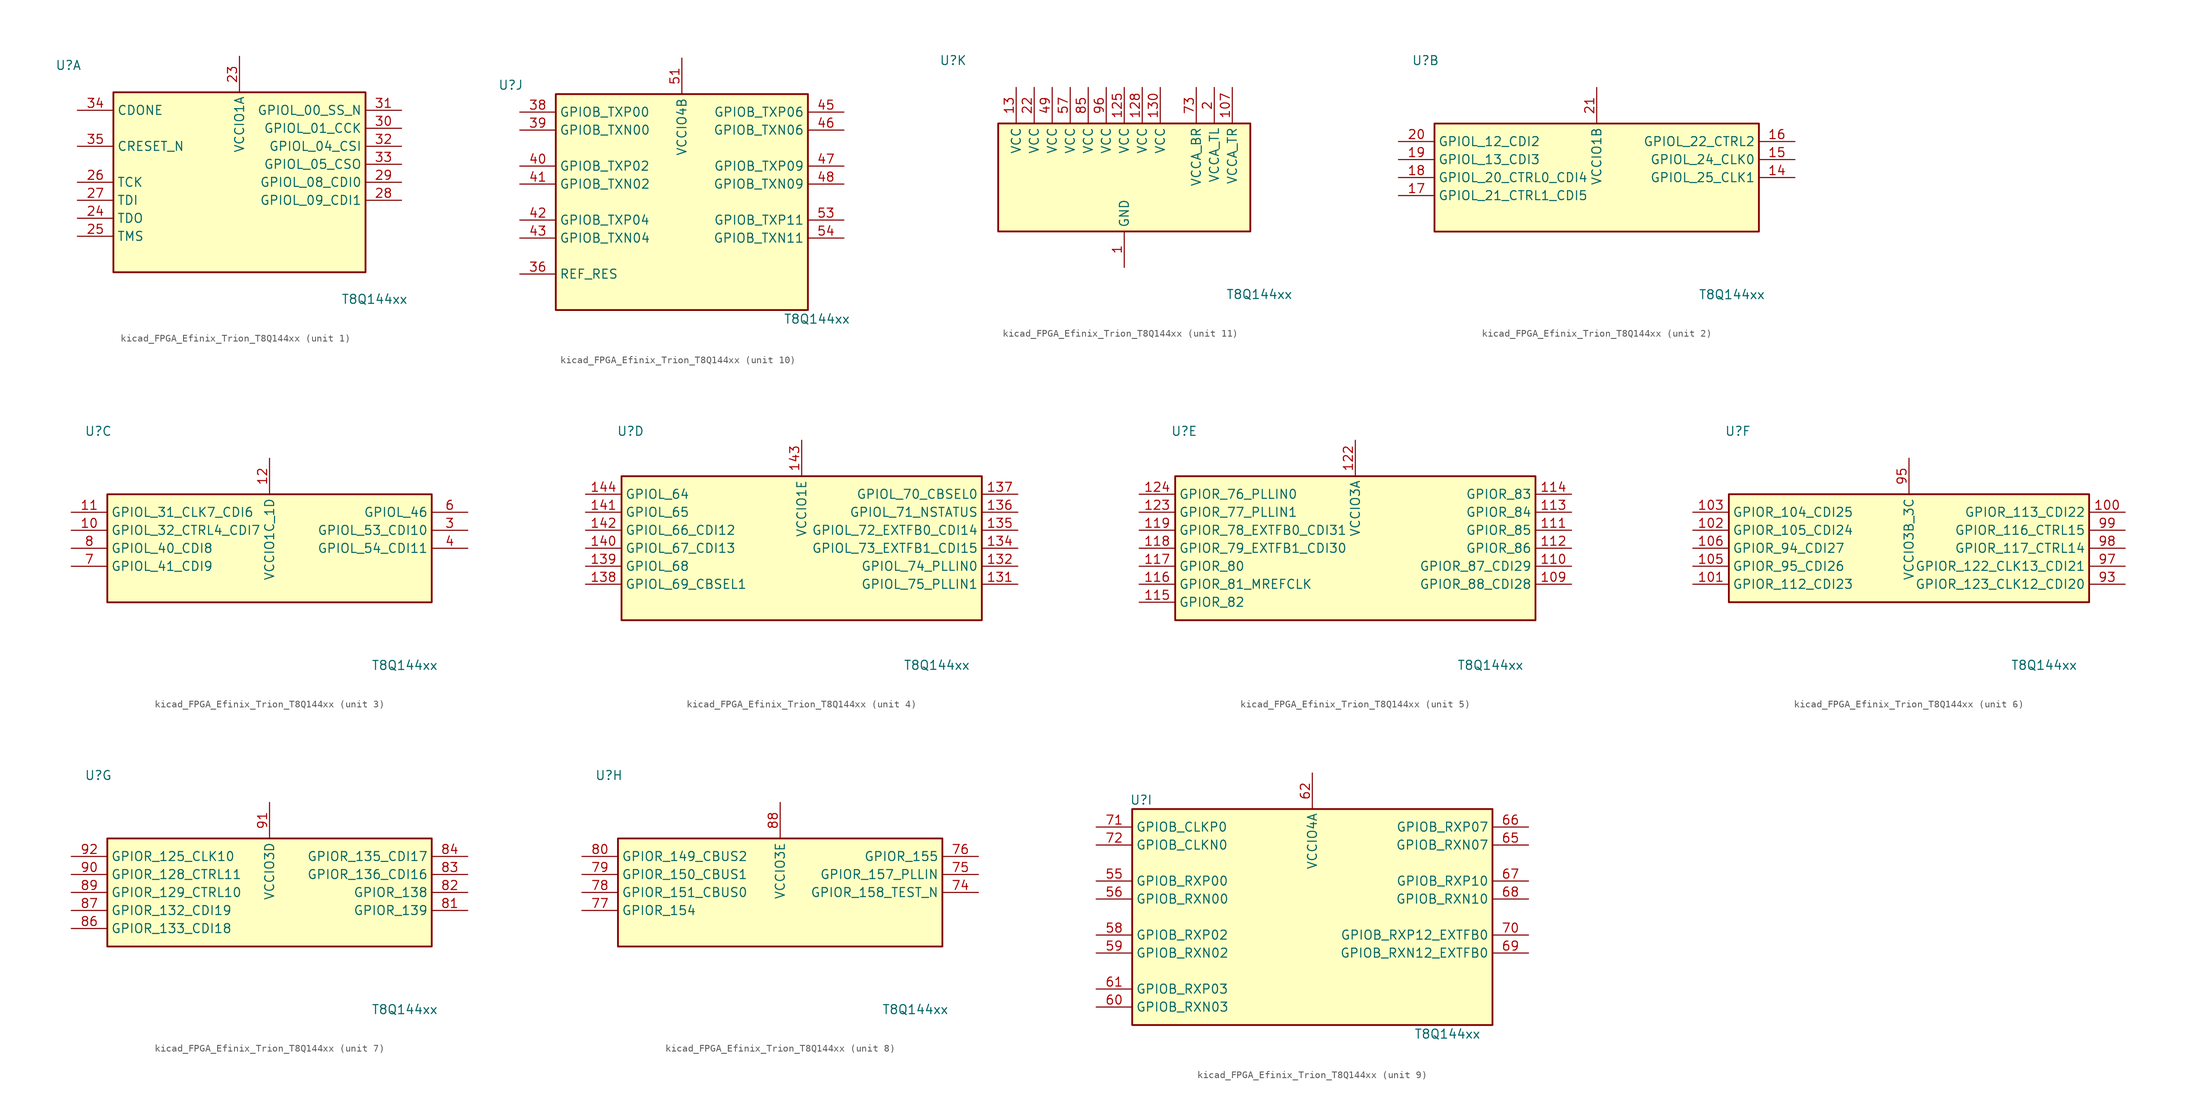
<source format=kicad_sym>
(kicad_symbol_lib
  (version 20220914)
  (generator kicad_symbol_editor)
  (symbol "kicad_FPGA_Efinix_Trion_T8Q144xx"
    (property "Reference" "U"
      (at -24.13 16.51 0)
      (effects (font (size 1.27 1.27))))
    (property "Value" "T8Q144xx"
      (at 19.05 -16.51 0)
      (effects (font (size 1.27 1.27))))
    (property "ki_locked" ""
      (at 0 0 0)
      (effects (font (size 1.27 1.27))))
    (symbol "kicad_FPGA_Efinix_Trion_T8Q144xx_1_1"
      (rectangle (start -17.78 12.7) (end 17.78 -12.7) (stroke (width 0.254) (type default)) (fill (type background)))
      (pin power_in line (at 0 17.78 270) (length 5.08) (name "VCCIO1A" (effects (font (size 1.27 1.27)))) (number "23" (effects (font (size 1.27 1.27)))))
      (pin output line (at -22.86 -5.08 0) (length 5.08) (name "TDO" (effects (font (size 1.27 1.27)))) (number "24" (effects (font (size 1.27 1.27)))))
      (pin input line (at -22.86 -7.62 0) (length 5.08) (name "TMS" (effects (font (size 1.27 1.27)))) (number "25" (effects (font (size 1.27 1.27)))))
      (pin input line (at -22.86 0 0) (length 5.08) (name "TCK" (effects (font (size 1.27 1.27)))) (number "26" (effects (font (size 1.27 1.27)))))
      (pin input line (at -22.86 -2.54 0) (length 5.08) (name "TDI" (effects (font (size 1.27 1.27)))) (number "27" (effects (font (size 1.27 1.27)))))
      (pin bidirectional line (at 22.86 -2.54 180) (length 5.08) (name "GPIOL_09_CDI1" (effects (font (size 1.27 1.27)))) (number "28" (effects (font (size 1.27 1.27)))))
      (pin bidirectional line (at 22.86 0 180) (length 5.08) (name "GPIOL_08_CDI0" (effects (font (size 1.27 1.27)))) (number "29" (effects (font (size 1.27 1.27)))))
      (pin bidirectional line (at 22.86 7.62 180) (length 5.08) (name "GPIOL_01_CCK" (effects (font (size 1.27 1.27)))) (number "30" (effects (font (size 1.27 1.27)))))
      (pin bidirectional line (at 22.86 10.16 180) (length 5.08) (name "GPIOL_00_SS_N" (effects (font (size 1.27 1.27)))) (number "31" (effects (font (size 1.27 1.27)))))
      (pin bidirectional line (at 22.86 5.08 180) (length 5.08) (name "GPIOL_04_CSI" (effects (font (size 1.27 1.27)))) (number "32" (effects (font (size 1.27 1.27)))))
      (pin bidirectional line (at 22.86 2.54 180) (length 5.08) (name "GPIOL_05_CSO" (effects (font (size 1.27 1.27)))) (number "33" (effects (font (size 1.27 1.27)))))
      (pin bidirectional line (at -22.86 10.16 0) (length 5.08) (name "CDONE" (effects (font (size 1.27 1.27)))) (number "34" (effects (font (size 1.27 1.27)))))
      (pin bidirectional line (at -22.86 5.08 0) (length 5.08) (name "CRESET_N" (effects (font (size 1.27 1.27)))) (number "35" (effects (font (size 1.27 1.27))))))
    (symbol "kicad_FPGA_Efinix_Trion_T8Q144xx_2_1"
      (rectangle (start -22.86 7.62) (end 22.86 -7.62) (stroke (width 0.254) (type default)) (fill (type background)))
      (pin bidirectional line (at 27.94 0 180) (length 5.08) (name "GPIOL_25_CLK1" (effects (font (size 1.27 1.27)))) (number "14" (effects (font (size 1.27 1.27)))))
      (pin bidirectional line (at 27.94 2.54 180) (length 5.08) (name "GPIOL_24_CLK0" (effects (font (size 1.27 1.27)))) (number "15" (effects (font (size 1.27 1.27)))))
      (pin bidirectional line (at 27.94 5.08 180) (length 5.08) (name "GPIOL_22_CTRL2" (effects (font (size 1.27 1.27)))) (number "16" (effects (font (size 1.27 1.27)))))
      (pin bidirectional line (at -27.94 -2.54 0) (length 5.08) (name "GPIOL_21_CTRL1_CDI5" (effects (font (size 1.27 1.27)))) (number "17" (effects (font (size 1.27 1.27)))))
      (pin bidirectional line (at -27.94 0 0) (length 5.08) (name "GPIOL_20_CTRL0_CDI4" (effects (font (size 1.27 1.27)))) (number "18" (effects (font (size 1.27 1.27)))))
      (pin bidirectional line (at -27.94 2.54 0) (length 5.08) (name "GPIOL_13_CDI3" (effects (font (size 1.27 1.27)))) (number "19" (effects (font (size 1.27 1.27)))))
      (pin bidirectional line (at -27.94 5.08 0) (length 5.08) (name "GPIOL_12_CDI2" (effects (font (size 1.27 1.27)))) (number "20" (effects (font (size 1.27 1.27)))))
      (pin power_in line (at 0 12.7 270) (length 5.08) (name "VCCIO1B" (effects (font (size 1.27 1.27)))) (number "21" (effects (font (size 1.27 1.27))))))
    (symbol "kicad_FPGA_Efinix_Trion_T8Q144xx_3_1"
      (rectangle (start -22.86 7.62) (end 22.86 -7.62) (stroke (width 0.254) (type default)) (fill (type background)))
      (pin bidirectional line (at -27.94 2.54 0) (length 5.08) (name "GPIOL_32_CTRL4_CDI7" (effects (font (size 1.27 1.27)))) (number "10" (effects (font (size 1.27 1.27)))))
      (pin bidirectional line (at -27.94 5.08 0) (length 5.08) (name "GPIOL_31_CLK7_CDI6" (effects (font (size 1.27 1.27)))) (number "11" (effects (font (size 1.27 1.27)))))
      (pin power_in line (at 0 12.7 270) (length 5.08) (name "VCCIO1C_1D" (effects (font (size 1.27 1.27)))) (number "12" (effects (font (size 1.27 1.27)))))
      (pin bidirectional line (at 27.94 2.54 180) (length 5.08) (name "GPIOL_53_CDI10" (effects (font (size 1.27 1.27)))) (number "3" (effects (font (size 1.27 1.27)))))
      (pin bidirectional line (at 27.94 0 180) (length 5.08) (name "GPIOL_54_CDI11" (effects (font (size 1.27 1.27)))) (number "4" (effects (font (size 1.27 1.27)))))
      (pin bidirectional line (at 27.94 5.08 180) (length 5.08) (name "GPIOL_46" (effects (font (size 1.27 1.27)))) (number "6" (effects (font (size 1.27 1.27)))))
      (pin bidirectional line (at -27.94 -2.54 0) (length 5.08) (name "GPIOL_41_CDI9" (effects (font (size 1.27 1.27)))) (number "7" (effects (font (size 1.27 1.27)))))
      (pin bidirectional line (at -27.94 0 0) (length 5.08) (name "GPIOL_40_CDI8" (effects (font (size 1.27 1.27)))) (number "8" (effects (font (size 1.27 1.27))))))
    (symbol "kicad_FPGA_Efinix_Trion_T8Q144xx_4_1"
      (rectangle (start -25.4 10.16) (end 25.4 -10.16) (stroke (width 0.254) (type default)) (fill (type background)))
      (pin bidirectional line (at 30.48 -5.08 180) (length 5.08) (name "GPIOL_75_PLLIN1" (effects (font (size 1.27 1.27)))) (number "131" (effects (font (size 1.27 1.27)))))
      (pin bidirectional line (at 30.48 -2.54 180) (length 5.08) (name "GPIOL_74_PLLIN0" (effects (font (size 1.27 1.27)))) (number "132" (effects (font (size 1.27 1.27)))))
      (pin bidirectional line (at 30.48 0 180) (length 5.08) (name "GPIOL_73_EXTFB1_CDI15" (effects (font (size 1.27 1.27)))) (number "134" (effects (font (size 1.27 1.27)))))
      (pin bidirectional line (at 30.48 2.54 180) (length 5.08) (name "GPIOL_72_EXTFB0_CDI14" (effects (font (size 1.27 1.27)))) (number "135" (effects (font (size 1.27 1.27)))))
      (pin bidirectional line (at 30.48 5.08 180) (length 5.08) (name "GPIOL_71_NSTATUS" (effects (font (size 1.27 1.27)))) (number "136" (effects (font (size 1.27 1.27)))))
      (pin bidirectional line (at 30.48 7.62 180) (length 5.08) (name "GPIOL_70_CBSEL0" (effects (font (size 1.27 1.27)))) (number "137" (effects (font (size 1.27 1.27)))))
      (pin bidirectional line (at -30.48 -5.08 0) (length 5.08) (name "GPIOL_69_CBSEL1" (effects (font (size 1.27 1.27)))) (number "138" (effects (font (size 1.27 1.27)))))
      (pin bidirectional line (at -30.48 -2.54 0) (length 5.08) (name "GPIOL_68" (effects (font (size 1.27 1.27)))) (number "139" (effects (font (size 1.27 1.27)))))
      (pin bidirectional line (at -30.48 0 0) (length 5.08) (name "GPIOL_67_CDI13" (effects (font (size 1.27 1.27)))) (number "140" (effects (font (size 1.27 1.27)))))
      (pin bidirectional line (at -30.48 5.08 0) (length 5.08) (name "GPIOL_65" (effects (font (size 1.27 1.27)))) (number "141" (effects (font (size 1.27 1.27)))))
      (pin bidirectional line (at -30.48 2.54 0) (length 5.08) (name "GPIOL_66_CDI12" (effects (font (size 1.27 1.27)))) (number "142" (effects (font (size 1.27 1.27)))))
      (pin power_in line (at 0 15.24 270) (length 5.08) (name "VCCIO1E" (effects (font (size 1.27 1.27)))) (number "143" (effects (font (size 1.27 1.27)))))
      (pin bidirectional line (at -30.48 7.62 0) (length 5.08) (name "GPIOL_64" (effects (font (size 1.27 1.27)))) (number "144" (effects (font (size 1.27 1.27))))))
    (symbol "kicad_FPGA_Efinix_Trion_T8Q144xx_5_1"
      (rectangle (start -25.4 10.16) (end 25.4 -10.16) (stroke (width 0.254) (type default)) (fill (type background)))
      (pin bidirectional line (at 30.48 -5.08 180) (length 5.08) (name "GPIOR_88_CDI28" (effects (font (size 1.27 1.27)))) (number "109" (effects (font (size 1.27 1.27)))))
      (pin bidirectional line (at 30.48 -2.54 180) (length 5.08) (name "GPIOR_87_CDI29" (effects (font (size 1.27 1.27)))) (number "110" (effects (font (size 1.27 1.27)))))
      (pin bidirectional line (at 30.48 2.54 180) (length 5.08) (name "GPIOR_85" (effects (font (size 1.27 1.27)))) (number "111" (effects (font (size 1.27 1.27)))))
      (pin bidirectional line (at 30.48 0 180) (length 5.08) (name "GPIOR_86" (effects (font (size 1.27 1.27)))) (number "112" (effects (font (size 1.27 1.27)))))
      (pin bidirectional line (at 30.48 5.08 180) (length 5.08) (name "GPIOR_84" (effects (font (size 1.27 1.27)))) (number "113" (effects (font (size 1.27 1.27)))))
      (pin bidirectional line (at 30.48 7.62 180) (length 5.08) (name "GPIOR_83" (effects (font (size 1.27 1.27)))) (number "114" (effects (font (size 1.27 1.27)))))
      (pin bidirectional line (at -30.48 -7.62 0) (length 5.08) (name "GPIOR_82" (effects (font (size 1.27 1.27)))) (number "115" (effects (font (size 1.27 1.27)))))
      (pin bidirectional line (at -30.48 -5.08 0) (length 5.08) (name "GPIOR_81_MREFCLK" (effects (font (size 1.27 1.27)))) (number "116" (effects (font (size 1.27 1.27)))))
      (pin bidirectional line (at -30.48 -2.54 0) (length 5.08) (name "GPIOR_80" (effects (font (size 1.27 1.27)))) (number "117" (effects (font (size 1.27 1.27)))))
      (pin bidirectional line (at -30.48 0 0) (length 5.08) (name "GPIOR_79_EXTFB1_CDI30" (effects (font (size 1.27 1.27)))) (number "118" (effects (font (size 1.27 1.27)))))
      (pin bidirectional line (at -30.48 2.54 0) (length 5.08) (name "GPIOR_78_EXTFB0_CDI31" (effects (font (size 1.27 1.27)))) (number "119" (effects (font (size 1.27 1.27)))))
      (pin power_in line (at 0 15.24 270) (length 5.08) (name "VCCIO3A" (effects (font (size 1.27 1.27)))) (number "122" (effects (font (size 1.27 1.27)))))
      (pin bidirectional line (at -30.48 5.08 0) (length 5.08) (name "GPIOR_77_PLLIN1" (effects (font (size 1.27 1.27)))) (number "123" (effects (font (size 1.27 1.27)))))
      (pin bidirectional line (at -30.48 7.62 0) (length 5.08) (name "GPIOR_76_PLLIN0" (effects (font (size 1.27 1.27)))) (number "124" (effects (font (size 1.27 1.27))))))
    (symbol "kicad_FPGA_Efinix_Trion_T8Q144xx_6_1"
      (rectangle (start -25.4 7.62) (end 25.4 -7.62) (stroke (width 0.254) (type default)) (fill (type background)))
      (pin bidirectional line (at 30.48 5.08 180) (length 5.08) (name "GPIOR_113_CDI22" (effects (font (size 1.27 1.27)))) (number "100" (effects (font (size 1.27 1.27)))))
      (pin bidirectional line (at -30.48 -5.08 0) (length 5.08) (name "GPIOR_112_CDI23" (effects (font (size 1.27 1.27)))) (number "101" (effects (font (size 1.27 1.27)))))
      (pin bidirectional line (at -30.48 2.54 0) (length 5.08) (name "GPIOR_105_CDI24" (effects (font (size 1.27 1.27)))) (number "102" (effects (font (size 1.27 1.27)))))
      (pin bidirectional line (at -30.48 5.08 0) (length 5.08) (name "GPIOR_104_CDI25" (effects (font (size 1.27 1.27)))) (number "103" (effects (font (size 1.27 1.27)))))
      (pin bidirectional line (at -30.48 -2.54 0) (length 5.08) (name "GPIOR_95_CDI26" (effects (font (size 1.27 1.27)))) (number "105" (effects (font (size 1.27 1.27)))))
      (pin bidirectional line (at -30.48 0 0) (length 5.08) (name "GPIOR_94_CDI27" (effects (font (size 1.27 1.27)))) (number "106" (effects (font (size 1.27 1.27)))))
      (pin bidirectional line (at 30.48 -5.08 180) (length 5.08) (name "GPIOR_123_CLK12_CDI20" (effects (font (size 1.27 1.27)))) (number "93" (effects (font (size 1.27 1.27)))))
      (pin power_in line (at 0 12.7 270) (length 5.08) (name "VCCIO3B_3C" (effects (font (size 1.27 1.27)))) (number "95" (effects (font (size 1.27 1.27)))))
      (pin bidirectional line (at 30.48 -2.54 180) (length 5.08) (name "GPIOR_122_CLK13_CDI21" (effects (font (size 1.27 1.27)))) (number "97" (effects (font (size 1.27 1.27)))))
      (pin bidirectional line (at 30.48 0 180) (length 5.08) (name "GPIOR_117_CTRL14" (effects (font (size 1.27 1.27)))) (number "98" (effects (font (size 1.27 1.27)))))
      (pin bidirectional line (at 30.48 2.54 180) (length 5.08) (name "GPIOR_116_CTRL15" (effects (font (size 1.27 1.27)))) (number "99" (effects (font (size 1.27 1.27))))))
    (symbol "kicad_FPGA_Efinix_Trion_T8Q144xx_7_1"
      (rectangle (start -22.86 7.62) (end 22.86 -7.62) (stroke (width 0.254) (type default)) (fill (type background)))
      (pin bidirectional line (at 27.94 -2.54 180) (length 5.08) (name "GPIOR_139" (effects (font (size 1.27 1.27)))) (number "81" (effects (font (size 1.27 1.27)))))
      (pin bidirectional line (at 27.94 0 180) (length 5.08) (name "GPIOR_138" (effects (font (size 1.27 1.27)))) (number "82" (effects (font (size 1.27 1.27)))))
      (pin bidirectional line (at 27.94 2.54 180) (length 5.08) (name "GPIOR_136_CDI16" (effects (font (size 1.27 1.27)))) (number "83" (effects (font (size 1.27 1.27)))))
      (pin bidirectional line (at 27.94 5.08 180) (length 5.08) (name "GPIOR_135_CDI17" (effects (font (size 1.27 1.27)))) (number "84" (effects (font (size 1.27 1.27)))))
      (pin bidirectional line (at -27.94 -5.08 0) (length 5.08) (name "GPIOR_133_CDI18" (effects (font (size 1.27 1.27)))) (number "86" (effects (font (size 1.27 1.27)))))
      (pin bidirectional line (at -27.94 -2.54 0) (length 5.08) (name "GPIOR_132_CDI19" (effects (font (size 1.27 1.27)))) (number "87" (effects (font (size 1.27 1.27)))))
      (pin bidirectional line (at -27.94 0 0) (length 5.08) (name "GPIOR_129_CTRL10" (effects (font (size 1.27 1.27)))) (number "89" (effects (font (size 1.27 1.27)))))
      (pin bidirectional line (at -27.94 2.54 0) (length 5.08) (name "GPIOR_128_CTRL11" (effects (font (size 1.27 1.27)))) (number "90" (effects (font (size 1.27 1.27)))))
      (pin power_in line (at 0 12.7 270) (length 5.08) (name "VCCIO3D" (effects (font (size 1.27 1.27)))) (number "91" (effects (font (size 1.27 1.27)))))
      (pin bidirectional line (at -27.94 5.08 0) (length 5.08) (name "GPIOR_125_CLK10" (effects (font (size 1.27 1.27)))) (number "92" (effects (font (size 1.27 1.27))))))
    (symbol "kicad_FPGA_Efinix_Trion_T8Q144xx_8_1"
      (rectangle (start -22.86 7.62) (end 22.86 -7.62) (stroke (width 0.254) (type default)) (fill (type background)))
      (pin bidirectional line (at 27.94 0 180) (length 5.08) (name "GPIOR_158_TEST_N" (effects (font (size 1.27 1.27)))) (number "74" (effects (font (size 1.27 1.27)))))
      (pin bidirectional line (at 27.94 2.54 180) (length 5.08) (name "GPIOR_157_PLLIN" (effects (font (size 1.27 1.27)))) (number "75" (effects (font (size 1.27 1.27)))))
      (pin bidirectional line (at 27.94 5.08 180) (length 5.08) (name "GPIOR_155" (effects (font (size 1.27 1.27)))) (number "76" (effects (font (size 1.27 1.27)))))
      (pin bidirectional line (at -27.94 -2.54 0) (length 5.08) (name "GPIOR_154" (effects (font (size 1.27 1.27)))) (number "77" (effects (font (size 1.27 1.27)))))
      (pin bidirectional line (at -27.94 0 0) (length 5.08) (name "GPIOR_151_CBUS0" (effects (font (size 1.27 1.27)))) (number "78" (effects (font (size 1.27 1.27)))))
      (pin bidirectional line (at -27.94 2.54 0) (length 5.08) (name "GPIOR_150_CBUS1" (effects (font (size 1.27 1.27)))) (number "79" (effects (font (size 1.27 1.27)))))
      (pin bidirectional line (at -27.94 5.08 0) (length 5.08) (name "GPIOR_149_CBUS2" (effects (font (size 1.27 1.27)))) (number "80" (effects (font (size 1.27 1.27)))))
      (pin power_in line (at 0 12.7 270) (length 5.08) (name "VCCIO3E" (effects (font (size 1.27 1.27)))) (number "88" (effects (font (size 1.27 1.27))))))
    (symbol "kicad_FPGA_Efinix_Trion_T8Q144xx_9_1"
      (rectangle (start -25.4 15.24) (end 25.4 -15.24) (stroke (width 0.254) (type default)) (fill (type background)))
      (pin bidirectional line (at -30.48 5.08 0) (length 5.08) (name "GPIOB_RXP00" (effects (font (size 1.27 1.27)))) (number "55" (effects (font (size 1.27 1.27)))))
      (pin bidirectional line (at -30.48 2.54 0) (length 5.08) (name "GPIOB_RXN00" (effects (font (size 1.27 1.27)))) (number "56" (effects (font (size 1.27 1.27)))))
      (pin bidirectional line (at -30.48 -2.54 0) (length 5.08) (name "GPIOB_RXP02" (effects (font (size 1.27 1.27)))) (number "58" (effects (font (size 1.27 1.27)))))
      (pin bidirectional line (at -30.48 -5.08 0) (length 5.08) (name "GPIOB_RXN02" (effects (font (size 1.27 1.27)))) (number "59" (effects (font (size 1.27 1.27)))))
      (pin bidirectional line (at -30.48 -12.7 0) (length 5.08) (name "GPIOB_RXN03" (effects (font (size 1.27 1.27)))) (number "60" (effects (font (size 1.27 1.27)))))
      (pin bidirectional line (at -30.48 -10.16 0) (length 5.08) (name "GPIOB_RXP03" (effects (font (size 1.27 1.27)))) (number "61" (effects (font (size 1.27 1.27)))))
      (pin power_in line (at 0 20.32 270) (length 5.08) (name "VCCIO4A" (effects (font (size 1.27 1.27)))) (number "62" (effects (font (size 1.27 1.27)))))
      (pin passive line (at 0 20.32 270) (length 5.08) hide (name "VCCIO4A" (effects (font (size 1.27 1.27)))) (number "63" (effects (font (size 1.27 1.27)))))
      (pin bidirectional line (at 30.48 10.16 180) (length 5.08) (name "GPIOB_RXN07" (effects (font (size 1.27 1.27)))) (number "65" (effects (font (size 1.27 1.27)))))
      (pin bidirectional line (at 30.48 12.7 180) (length 5.08) (name "GPIOB_RXP07" (effects (font (size 1.27 1.27)))) (number "66" (effects (font (size 1.27 1.27)))))
      (pin bidirectional line (at 30.48 5.08 180) (length 5.08) (name "GPIOB_RXP10" (effects (font (size 1.27 1.27)))) (number "67" (effects (font (size 1.27 1.27)))))
      (pin bidirectional line (at 30.48 2.54 180) (length 5.08) (name "GPIOB_RXN10" (effects (font (size 1.27 1.27)))) (number "68" (effects (font (size 1.27 1.27)))))
      (pin bidirectional line (at 30.48 -5.08 180) (length 5.08) (name "GPIOB_RXN12_EXTFB0" (effects (font (size 1.27 1.27)))) (number "69" (effects (font (size 1.27 1.27)))))
      (pin bidirectional line (at 30.48 -2.54 180) (length 5.08) (name "GPIOB_RXP12_EXTFB0" (effects (font (size 1.27 1.27)))) (number "70" (effects (font (size 1.27 1.27)))))
      (pin bidirectional line (at -30.48 12.7 0) (length 5.08) (name "GPIOB_CLKP0" (effects (font (size 1.27 1.27)))) (number "71" (effects (font (size 1.27 1.27)))))
      (pin bidirectional line (at -30.48 10.16 0) (length 5.08) (name "GPIOB_CLKN0" (effects (font (size 1.27 1.27)))) (number "72" (effects (font (size 1.27 1.27))))))
    (symbol "kicad_FPGA_Efinix_Trion_T8Q144xx_10_1"
      (rectangle (start -17.78 15.24) (end 17.78 -15.24) (stroke (width 0.254) (type default)) (fill (type background)))
      (pin passive line (at -22.86 -10.16 0) (length 5.08) (name "REF_RES" (effects (font (size 1.27 1.27)))) (number "36" (effects (font (size 1.27 1.27)))))
      (pin bidirectional line (at -22.86 12.7 0) (length 5.08) (name "GPIOB_TXP00" (effects (font (size 1.27 1.27)))) (number "38" (effects (font (size 1.27 1.27)))))
      (pin bidirectional line (at -22.86 10.16 0) (length 5.08) (name "GPIOB_TXN00" (effects (font (size 1.27 1.27)))) (number "39" (effects (font (size 1.27 1.27)))))
      (pin bidirectional line (at -22.86 5.08 0) (length 5.08) (name "GPIOB_TXP02" (effects (font (size 1.27 1.27)))) (number "40" (effects (font (size 1.27 1.27)))))
      (pin bidirectional line (at -22.86 2.54 0) (length 5.08) (name "GPIOB_TXN02" (effects (font (size 1.27 1.27)))) (number "41" (effects (font (size 1.27 1.27)))))
      (pin bidirectional line (at -22.86 -2.54 0) (length 5.08) (name "GPIOB_TXP04" (effects (font (size 1.27 1.27)))) (number "42" (effects (font (size 1.27 1.27)))))
      (pin bidirectional line (at -22.86 -5.08 0) (length 5.08) (name "GPIOB_TXN04" (effects (font (size 1.27 1.27)))) (number "43" (effects (font (size 1.27 1.27)))))
      (pin bidirectional line (at 22.86 12.7 180) (length 5.08) (name "GPIOB_TXP06" (effects (font (size 1.27 1.27)))) (number "45" (effects (font (size 1.27 1.27)))))
      (pin bidirectional line (at 22.86 10.16 180) (length 5.08) (name "GPIOB_TXN06" (effects (font (size 1.27 1.27)))) (number "46" (effects (font (size 1.27 1.27)))))
      (pin bidirectional line (at 22.86 5.08 180) (length 5.08) (name "GPIOB_TXP09" (effects (font (size 1.27 1.27)))) (number "47" (effects (font (size 1.27 1.27)))))
      (pin bidirectional line (at 22.86 2.54 180) (length 5.08) (name "GPIOB_TXN09" (effects (font (size 1.27 1.27)))) (number "48" (effects (font (size 1.27 1.27)))))
      (pin power_in line (at 0 20.32 270) (length 5.08) (name "VCCIO4B" (effects (font (size 1.27 1.27)))) (number "51" (effects (font (size 1.27 1.27)))))
      (pin passive line (at 0 20.32 270) (length 5.08) hide (name "VCCIO4B" (effects (font (size 1.27 1.27)))) (number "52" (effects (font (size 1.27 1.27)))))
      (pin bidirectional line (at 22.86 -2.54 180) (length 5.08) (name "GPIOB_TXP11" (effects (font (size 1.27 1.27)))) (number "53" (effects (font (size 1.27 1.27)))))
      (pin bidirectional line (at 22.86 -5.08 180) (length 5.08) (name "GPIOB_TXN11" (effects (font (size 1.27 1.27)))) (number "54" (effects (font (size 1.27 1.27))))))
    (symbol "kicad_FPGA_Efinix_Trion_T8Q144xx_11_1"
      (rectangle (start -17.78 7.62) (end 17.78 -7.62) (stroke (width 0.254) (type default)) (fill (type background)))
      (pin power_in line (at 0 -12.7 90) (length 5.08) (name "GND" (effects (font (size 1.27 1.27)))) (number "1" (effects (font (size 1.27 1.27)))))
      (pin passive line (at 0 -12.7 90) (length 5.08) hide (name "GND" (effects (font (size 1.27 1.27)))) (number "104" (effects (font (size 1.27 1.27)))))
      (pin power_in line (at 15.24 12.7 270) (length 5.08) (name "VCCA_TR" (effects (font (size 1.27 1.27)))) (number "107" (effects (font (size 1.27 1.27)))))
      (pin passive line (at 0 -12.7 90) (length 5.08) hide (name "GND" (effects (font (size 1.27 1.27)))) (number "108" (effects (font (size 1.27 1.27)))))
      (pin passive line (at 0 -12.7 90) (length 5.08) hide (name "GND" (effects (font (size 1.27 1.27)))) (number "120" (effects (font (size 1.27 1.27)))))
      (pin passive line (at 0 -12.7 90) (length 5.08) hide (name "GND" (effects (font (size 1.27 1.27)))) (number "121" (effects (font (size 1.27 1.27)))))
      (pin power_in line (at 0 12.7 270) (length 5.08) (name "VCC" (effects (font (size 1.27 1.27)))) (number "125" (effects (font (size 1.27 1.27)))))
      (pin passive line (at 0 -12.7 90) (length 5.08) hide (name "GND" (effects (font (size 1.27 1.27)))) (number "126" (effects (font (size 1.27 1.27)))))
      (pin passive line (at 0 -12.7 90) (length 5.08) hide (name "GND" (effects (font (size 1.27 1.27)))) (number "127" (effects (font (size 1.27 1.27)))))
      (pin power_in line (at 2.54 12.7 270) (length 5.08) (name "VCC" (effects (font (size 1.27 1.27)))) (number "128" (effects (font (size 1.27 1.27)))))
      (pin passive line (at 0 -12.7 90) (length 5.08) hide (name "GND" (effects (font (size 1.27 1.27)))) (number "129" (effects (font (size 1.27 1.27)))))
      (pin power_in line (at -15.24 12.7 270) (length 5.08) (name "VCC" (effects (font (size 1.27 1.27)))) (number "13" (effects (font (size 1.27 1.27)))))
      (pin power_in line (at 5.08 12.7 270) (length 5.08) (name "VCC" (effects (font (size 1.27 1.27)))) (number "130" (effects (font (size 1.27 1.27)))))
      (pin passive line (at 0 -12.7 90) (length 5.08) hide (name "GND" (effects (font (size 1.27 1.27)))) (number "133" (effects (font (size 1.27 1.27)))))
      (pin power_in line (at 12.7 12.7 270) (length 5.08) (name "VCCA_TL" (effects (font (size 1.27 1.27)))) (number "2" (effects (font (size 1.27 1.27)))))
      (pin power_in line (at -12.7 12.7 270) (length 5.08) (name "VCC" (effects (font (size 1.27 1.27)))) (number "22" (effects (font (size 1.27 1.27)))))
      (pin passive line (at 0 -12.7 90) (length 5.08) hide (name "GND" (effects (font (size 1.27 1.27)))) (number "37" (effects (font (size 1.27 1.27)))))
      (pin passive line (at 0 -12.7 90) (length 5.08) hide (name "GND" (effects (font (size 1.27 1.27)))) (number "44" (effects (font (size 1.27 1.27)))))
      (pin power_in line (at -10.16 12.7 270) (length 5.08) (name "VCC" (effects (font (size 1.27 1.27)))) (number "49" (effects (font (size 1.27 1.27)))))
      (pin passive line (at 0 -12.7 90) (length 5.08) hide (name "GND" (effects (font (size 1.27 1.27)))) (number "5" (effects (font (size 1.27 1.27)))))
      (pin passive line (at 0 -12.7 90) (length 5.08) hide (name "GND" (effects (font (size 1.27 1.27)))) (number "50" (effects (font (size 1.27 1.27)))))
      (pin power_in line (at -7.62 12.7 270) (length 5.08) (name "VCC" (effects (font (size 1.27 1.27)))) (number "57" (effects (font (size 1.27 1.27)))))
      (pin passive line (at 0 -12.7 90) (length 5.08) hide (name "GND" (effects (font (size 1.27 1.27)))) (number "64" (effects (font (size 1.27 1.27)))))
      (pin power_in line (at 10.16 12.7 270) (length 5.08) (name "VCCA_BR" (effects (font (size 1.27 1.27)))) (number "73" (effects (font (size 1.27 1.27)))))
      (pin power_in line (at -5.08 12.7 270) (length 5.08) (name "VCC" (effects (font (size 1.27 1.27)))) (number "85" (effects (font (size 1.27 1.27)))))
      (pin passive line (at 0 -12.7 90) (length 5.08) hide (name "GND" (effects (font (size 1.27 1.27)))) (number "9" (effects (font (size 1.27 1.27)))))
      (pin passive line (at 0 -12.7 90) (length 5.08) hide (name "GND" (effects (font (size 1.27 1.27)))) (number "94" (effects (font (size 1.27 1.27)))))
      (pin power_in line (at -2.54 12.7 270) (length 5.08) (name "VCC" (effects (font (size 1.27 1.27)))) (number "96" (effects (font (size 1.27 1.27))))))))
</source>
